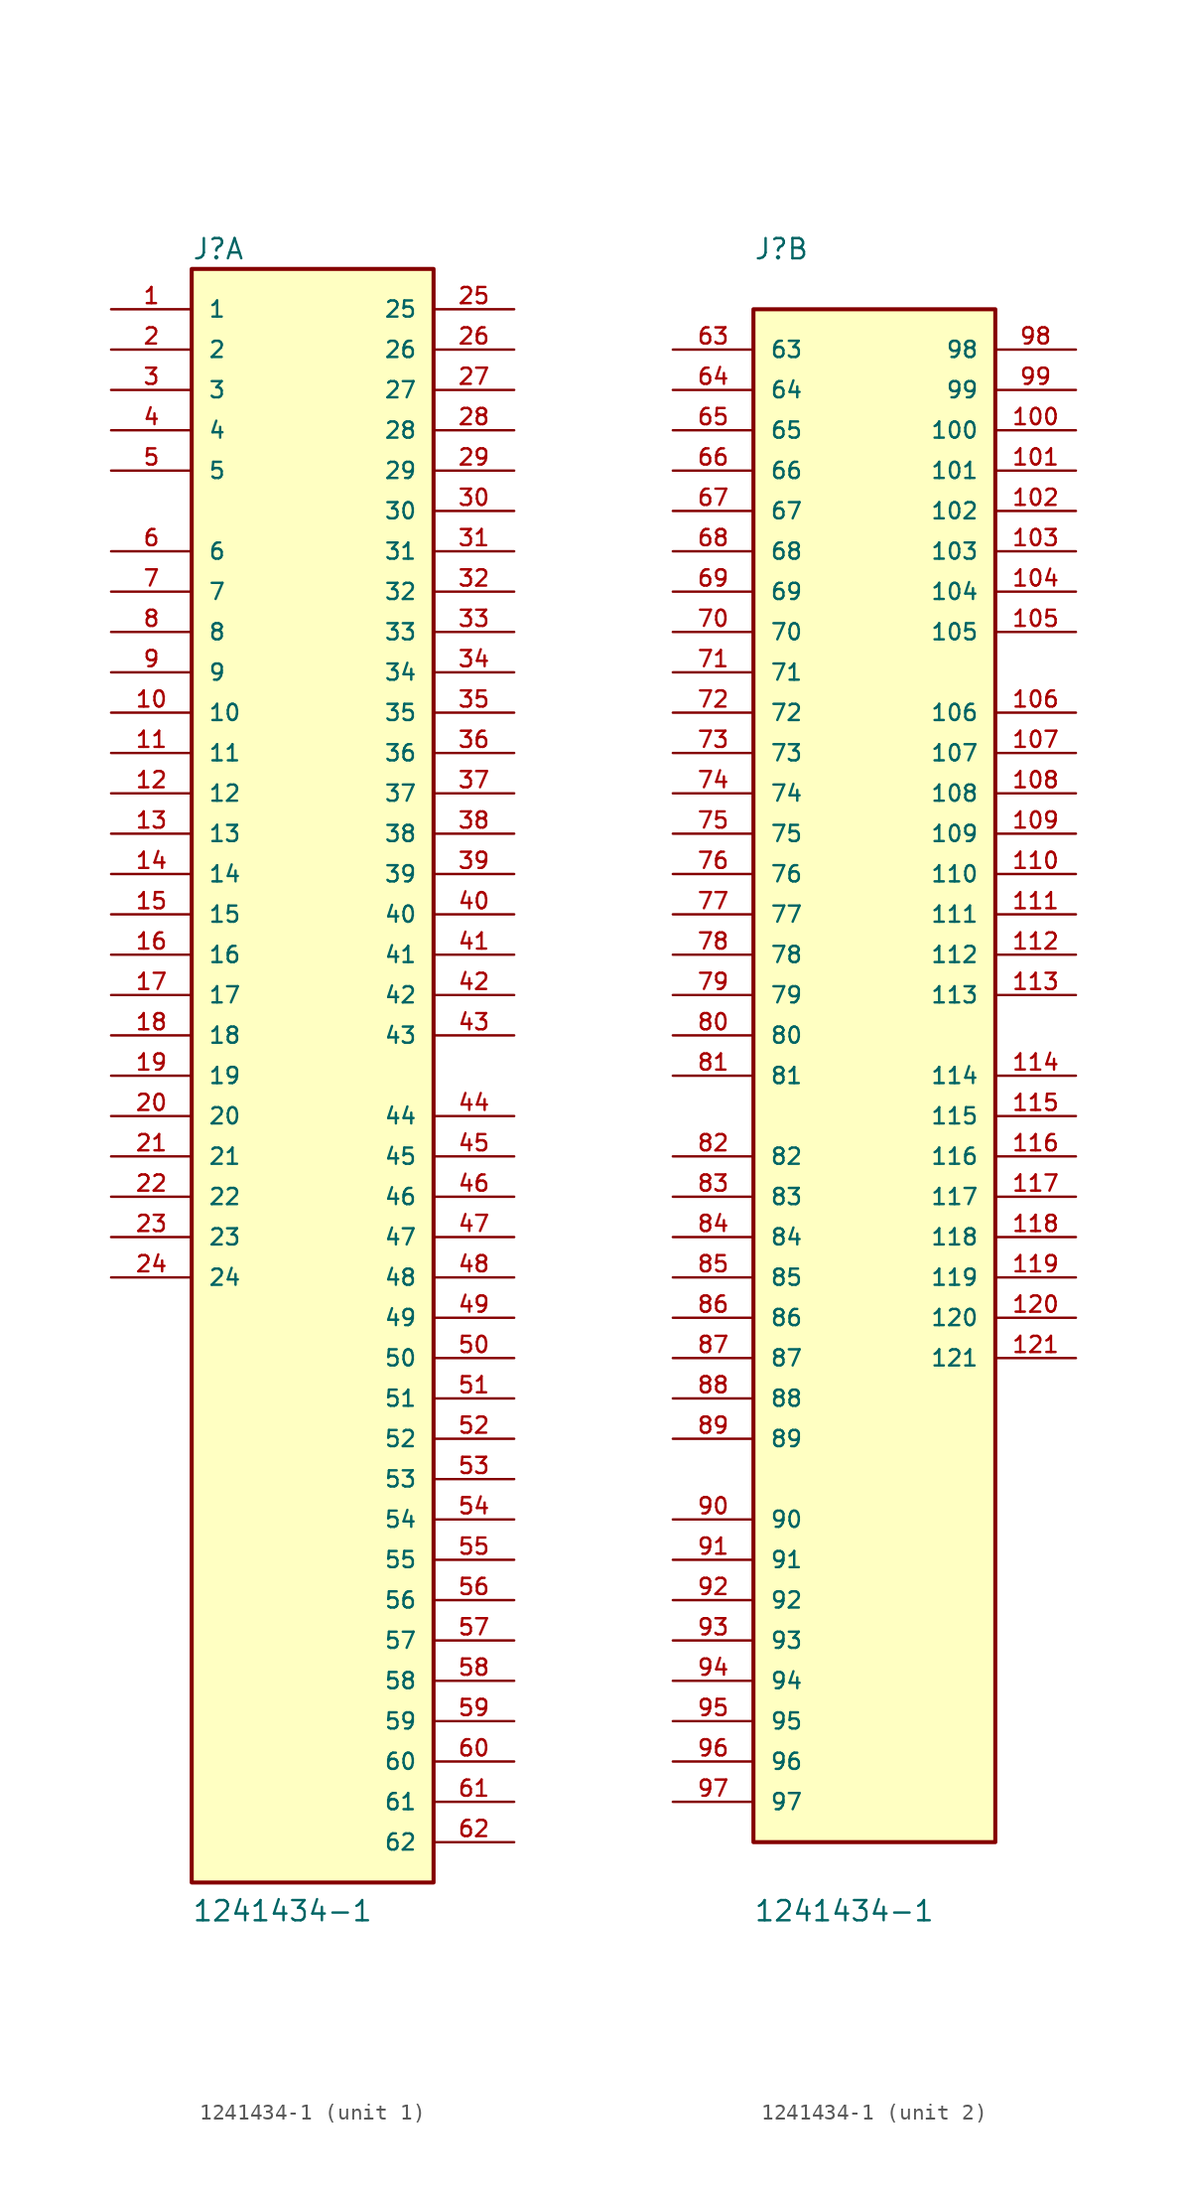
<source format=kicad_sym>
(kicad_symbol_lib
  (version 20211014)
  (generator kicad_symbol_editor)
  (symbol "1241434-1"
    (pin_names
      (offset 1.016))
    (property "Reference" "J"
      (at -7.62 51.308 0)
      (effects (font (size 1.27 1.27)) (justify bottom left)))
    (property "Value" "1241434-1"
      (at -7.62 -53.34 0)
      (effects (font (size 1.27 1.27)) (justify bottom left)))
    (symbol "1241434-1_1_0"
      (rectangle (start -7.62 -50.8) (end 7.62 50.8) (stroke (width 0.254)) (fill (type background)))
      (pin power_in line (at -12.7 48.26 0) (length 5.08) (name "1" (effects (font (size 1.016 1.016)))) (number "1" (effects (font (size 1.016 1.016)))))
      (pin power_in line (at -12.7 45.72 0) (length 5.08) (name "2" (effects (font (size 1.016 1.016)))) (number "2" (effects (font (size 1.016 1.016)))))
      (pin power_in line (at -12.7 43.18 0) (length 5.08) (name "3" (effects (font (size 1.016 1.016)))) (number "3" (effects (font (size 1.016 1.016)))))
      (pin power_in line (at -12.7 40.64 0) (length 5.08) (name "4" (effects (font (size 1.016 1.016)))) (number "4" (effects (font (size 1.016 1.016)))))
      (pin power_in line (at -12.7 38.1 0) (length 5.08) (name "5" (effects (font (size 1.016 1.016)))) (number "5" (effects (font (size 1.016 1.016)))))
      (pin passive line (at -12.7 33.02 0) (length 5.08) (name "6" (effects (font (size 1.016 1.016)))) (number "6" (effects (font (size 1.016 1.016)))))
      (pin passive line (at -12.7 30.48 0) (length 5.08) (name "7" (effects (font (size 1.016 1.016)))) (number "7" (effects (font (size 1.016 1.016)))))
      (pin passive line (at -12.7 27.94 0) (length 5.08) (name "8" (effects (font (size 1.016 1.016)))) (number "8" (effects (font (size 1.016 1.016)))))
      (pin passive line (at -12.7 25.4 0) (length 5.08) (name "9" (effects (font (size 1.016 1.016)))) (number "9" (effects (font (size 1.016 1.016)))))
      (pin passive line (at -12.7 22.86 0) (length 5.08) (name "10" (effects (font (size 1.016 1.016)))) (number "10" (effects (font (size 1.016 1.016)))))
      (pin passive line (at -12.7 20.32 0) (length 5.08) (name "11" (effects (font (size 1.016 1.016)))) (number "11" (effects (font (size 1.016 1.016)))))
      (pin passive line (at -12.7 17.78 0) (length 5.08) (name "12" (effects (font (size 1.016 1.016)))) (number "12" (effects (font (size 1.016 1.016)))))
      (pin passive line (at -12.7 15.24 0) (length 5.08) (name "13" (effects (font (size 1.016 1.016)))) (number "13" (effects (font (size 1.016 1.016)))))
      (pin passive line (at -12.7 12.7 0) (length 5.08) (name "14" (effects (font (size 1.016 1.016)))) (number "14" (effects (font (size 1.016 1.016)))))
      (pin passive line (at -12.7 10.16 0) (length 5.08) (name "15" (effects (font (size 1.016 1.016)))) (number "15" (effects (font (size 1.016 1.016)))))
      (pin passive line (at -12.7 7.62 0) (length 5.08) (name "16" (effects (font (size 1.016 1.016)))) (number "16" (effects (font (size 1.016 1.016)))))
      (pin passive line (at -12.7 5.08 0) (length 5.08) (name "17" (effects (font (size 1.016 1.016)))) (number "17" (effects (font (size 1.016 1.016)))))
      (pin passive line (at -12.7 2.54 0) (length 5.08) (name "18" (effects (font (size 1.016 1.016)))) (number "18" (effects (font (size 1.016 1.016)))))
      (pin passive line (at -12.7 0.0 0) (length 5.08) (name "19" (effects (font (size 1.016 1.016)))) (number "19" (effects (font (size 1.016 1.016)))))
      (pin passive line (at -12.7 -2.54 0) (length 5.08) (name "20" (effects (font (size 1.016 1.016)))) (number "20" (effects (font (size 1.016 1.016)))))
      (pin passive line (at -12.7 -5.08 0) (length 5.08) (name "21" (effects (font (size 1.016 1.016)))) (number "21" (effects (font (size 1.016 1.016)))))
      (pin passive line (at -12.7 -7.62 0) (length 5.08) (name "22" (effects (font (size 1.016 1.016)))) (number "22" (effects (font (size 1.016 1.016)))))
      (pin passive line (at -12.7 -10.16 0) (length 5.08) (name "23" (effects (font (size 1.016 1.016)))) (number "23" (effects (font (size 1.016 1.016)))))
      (pin passive line (at -12.7 -12.7 0) (length 5.08) (name "24" (effects (font (size 1.016 1.016)))) (number "24" (effects (font (size 1.016 1.016)))))
      (pin passive line (at 12.7 48.26 180.0) (length 5.08) (name "25" (effects (font (size 1.016 1.016)))) (number "25" (effects (font (size 1.016 1.016)))))
      (pin passive line (at 12.7 45.72 180.0) (length 5.08) (name "26" (effects (font (size 1.016 1.016)))) (number "26" (effects (font (size 1.016 1.016)))))
      (pin passive line (at 12.7 43.18 180.0) (length 5.08) (name "27" (effects (font (size 1.016 1.016)))) (number "27" (effects (font (size 1.016 1.016)))))
      (pin passive line (at 12.7 40.64 180.0) (length 5.08) (name "28" (effects (font (size 1.016 1.016)))) (number "28" (effects (font (size 1.016 1.016)))))
      (pin passive line (at 12.7 38.1 180.0) (length 5.08) (name "29" (effects (font (size 1.016 1.016)))) (number "29" (effects (font (size 1.016 1.016)))))
      (pin passive line (at 12.7 35.56 180.0) (length 5.08) (name "30" (effects (font (size 1.016 1.016)))) (number "30" (effects (font (size 1.016 1.016)))))
      (pin passive line (at 12.7 33.02 180.0) (length 5.08) (name "31" (effects (font (size 1.016 1.016)))) (number "31" (effects (font (size 1.016 1.016)))))
      (pin passive line (at 12.7 30.48 180.0) (length 5.08) (name "32" (effects (font (size 1.016 1.016)))) (number "32" (effects (font (size 1.016 1.016)))))
      (pin passive line (at 12.7 27.94 180.0) (length 5.08) (name "33" (effects (font (size 1.016 1.016)))) (number "33" (effects (font (size 1.016 1.016)))))
      (pin passive line (at 12.7 25.4 180.0) (length 5.08) (name "34" (effects (font (size 1.016 1.016)))) (number "34" (effects (font (size 1.016 1.016)))))
      (pin passive line (at 12.7 22.86 180.0) (length 5.08) (name "35" (effects (font (size 1.016 1.016)))) (number "35" (effects (font (size 1.016 1.016)))))
      (pin passive line (at 12.7 20.32 180.0) (length 5.08) (name "36" (effects (font (size 1.016 1.016)))) (number "36" (effects (font (size 1.016 1.016)))))
      (pin passive line (at 12.7 17.78 180.0) (length 5.08) (name "37" (effects (font (size 1.016 1.016)))) (number "37" (effects (font (size 1.016 1.016)))))
      (pin passive line (at 12.7 15.24 180.0) (length 5.08) (name "38" (effects (font (size 1.016 1.016)))) (number "38" (effects (font (size 1.016 1.016)))))
      (pin passive line (at 12.7 12.7 180.0) (length 5.08) (name "39" (effects (font (size 1.016 1.016)))) (number "39" (effects (font (size 1.016 1.016)))))
      (pin passive line (at 12.7 10.16 180.0) (length 5.08) (name "40" (effects (font (size 1.016 1.016)))) (number "40" (effects (font (size 1.016 1.016)))))
      (pin passive line (at 12.7 7.62 180.0) (length 5.08) (name "41" (effects (font (size 1.016 1.016)))) (number "41" (effects (font (size 1.016 1.016)))))
      (pin passive line (at 12.7 5.08 180.0) (length 5.08) (name "42" (effects (font (size 1.016 1.016)))) (number "42" (effects (font (size 1.016 1.016)))))
      (pin passive line (at 12.7 2.54 180.0) (length 5.08) (name "43" (effects (font (size 1.016 1.016)))) (number "43" (effects (font (size 1.016 1.016)))))
      (pin passive line (at 12.7 -2.54 180.0) (length 5.08) (name "44" (effects (font (size 1.016 1.016)))) (number "44" (effects (font (size 1.016 1.016)))))
      (pin passive line (at 12.7 -5.08 180.0) (length 5.08) (name "45" (effects (font (size 1.016 1.016)))) (number "45" (effects (font (size 1.016 1.016)))))
      (pin passive line (at 12.7 -7.62 180.0) (length 5.08) (name "46" (effects (font (size 1.016 1.016)))) (number "46" (effects (font (size 1.016 1.016)))))
      (pin passive line (at 12.7 -10.16 180.0) (length 5.08) (name "47" (effects (font (size 1.016 1.016)))) (number "47" (effects (font (size 1.016 1.016)))))
      (pin passive line (at 12.7 -12.7 180.0) (length 5.08) (name "48" (effects (font (size 1.016 1.016)))) (number "48" (effects (font (size 1.016 1.016)))))
      (pin passive line (at 12.7 -15.24 180.0) (length 5.08) (name "49" (effects (font (size 1.016 1.016)))) (number "49" (effects (font (size 1.016 1.016)))))
      (pin passive line (at 12.7 -17.78 180.0) (length 5.08) (name "50" (effects (font (size 1.016 1.016)))) (number "50" (effects (font (size 1.016 1.016)))))
      (pin passive line (at 12.7 -20.32 180.0) (length 5.08) (name "51" (effects (font (size 1.016 1.016)))) (number "51" (effects (font (size 1.016 1.016)))))
      (pin passive line (at 12.7 -22.86 180.0) (length 5.08) (name "52" (effects (font (size 1.016 1.016)))) (number "52" (effects (font (size 1.016 1.016)))))
      (pin passive line (at 12.7 -25.4 180.0) (length 5.08) (name "53" (effects (font (size 1.016 1.016)))) (number "53" (effects (font (size 1.016 1.016)))))
      (pin passive line (at 12.7 -27.94 180.0) (length 5.08) (name "54" (effects (font (size 1.016 1.016)))) (number "54" (effects (font (size 1.016 1.016)))))
      (pin passive line (at 12.7 -30.48 180.0) (length 5.08) (name "55" (effects (font (size 1.016 1.016)))) (number "55" (effects (font (size 1.016 1.016)))))
      (pin passive line (at 12.7 -33.02 180.0) (length 5.08) (name "56" (effects (font (size 1.016 1.016)))) (number "56" (effects (font (size 1.016 1.016)))))
      (pin passive line (at 12.7 -35.56 180.0) (length 5.08) (name "57" (effects (font (size 1.016 1.016)))) (number "57" (effects (font (size 1.016 1.016)))))
      (pin passive line (at 12.7 -38.1 180.0) (length 5.08) (name "58" (effects (font (size 1.016 1.016)))) (number "58" (effects (font (size 1.016 1.016)))))
      (pin passive line (at 12.7 -40.64 180.0) (length 5.08) (name "59" (effects (font (size 1.016 1.016)))) (number "59" (effects (font (size 1.016 1.016)))))
      (pin passive line (at 12.7 -43.18 180.0) (length 5.08) (name "60" (effects (font (size 1.016 1.016)))) (number "60" (effects (font (size 1.016 1.016)))))
      (pin passive line (at 12.7 -45.72 180.0) (length 5.08) (name "61" (effects (font (size 1.016 1.016)))) (number "61" (effects (font (size 1.016 1.016)))))
      (pin passive line (at 12.7 -48.26 180.0) (length 5.08) (name "62" (effects (font (size 1.016 1.016)))) (number "62" (effects (font (size 1.016 1.016))))))
    (symbol "1241434-1_2_0"
      (rectangle (start -7.62 -48.26) (end 7.62 48.26) (stroke (width 0.254)) (fill (type background)))
      (pin passive line (at -12.7 45.72 0) (length 5.08) (name "63" (effects (font (size 1.016 1.016)))) (number "63" (effects (font (size 1.016 1.016)))))
      (pin passive line (at -12.7 43.18 0) (length 5.08) (name "64" (effects (font (size 1.016 1.016)))) (number "64" (effects (font (size 1.016 1.016)))))
      (pin passive line (at -12.7 40.64 0) (length 5.08) (name "65" (effects (font (size 1.016 1.016)))) (number "65" (effects (font (size 1.016 1.016)))))
      (pin passive line (at -12.7 38.1 0) (length 5.08) (name "66" (effects (font (size 1.016 1.016)))) (number "66" (effects (font (size 1.016 1.016)))))
      (pin passive line (at -12.7 35.56 0) (length 5.08) (name "67" (effects (font (size 1.016 1.016)))) (number "67" (effects (font (size 1.016 1.016)))))
      (pin passive line (at -12.7 33.02 0) (length 5.08) (name "68" (effects (font (size 1.016 1.016)))) (number "68" (effects (font (size 1.016 1.016)))))
      (pin passive line (at -12.7 30.48 0) (length 5.08) (name "69" (effects (font (size 1.016 1.016)))) (number "69" (effects (font (size 1.016 1.016)))))
      (pin passive line (at -12.7 27.94 0) (length 5.08) (name "70" (effects (font (size 1.016 1.016)))) (number "70" (effects (font (size 1.016 1.016)))))
      (pin passive line (at -12.7 25.4 0) (length 5.08) (name "71" (effects (font (size 1.016 1.016)))) (number "71" (effects (font (size 1.016 1.016)))))
      (pin passive line (at -12.7 22.86 0) (length 5.08) (name "72" (effects (font (size 1.016 1.016)))) (number "72" (effects (font (size 1.016 1.016)))))
      (pin passive line (at -12.7 20.32 0) (length 5.08) (name "73" (effects (font (size 1.016 1.016)))) (number "73" (effects (font (size 1.016 1.016)))))
      (pin passive line (at -12.7 17.78 0) (length 5.08) (name "74" (effects (font (size 1.016 1.016)))) (number "74" (effects (font (size 1.016 1.016)))))
      (pin passive line (at -12.7 15.24 0) (length 5.08) (name "75" (effects (font (size 1.016 1.016)))) (number "75" (effects (font (size 1.016 1.016)))))
      (pin passive line (at -12.7 12.7 0) (length 5.08) (name "76" (effects (font (size 1.016 1.016)))) (number "76" (effects (font (size 1.016 1.016)))))
      (pin passive line (at -12.7 10.16 0) (length 5.08) (name "77" (effects (font (size 1.016 1.016)))) (number "77" (effects (font (size 1.016 1.016)))))
      (pin passive line (at -12.7 7.62 0) (length 5.08) (name "78" (effects (font (size 1.016 1.016)))) (number "78" (effects (font (size 1.016 1.016)))))
      (pin passive line (at -12.7 5.08 0) (length 5.08) (name "79" (effects (font (size 1.016 1.016)))) (number "79" (effects (font (size 1.016 1.016)))))
      (pin passive line (at -12.7 2.54 0) (length 5.08) (name "80" (effects (font (size 1.016 1.016)))) (number "80" (effects (font (size 1.016 1.016)))))
      (pin passive line (at -12.7 0.0 0) (length 5.08) (name "81" (effects (font (size 1.016 1.016)))) (number "81" (effects (font (size 1.016 1.016)))))
      (pin passive line (at -12.7 -5.08 0) (length 5.08) (name "82" (effects (font (size 1.016 1.016)))) (number "82" (effects (font (size 1.016 1.016)))))
      (pin passive line (at -12.7 -7.62 0) (length 5.08) (name "83" (effects (font (size 1.016 1.016)))) (number "83" (effects (font (size 1.016 1.016)))))
      (pin passive line (at -12.7 -10.16 0) (length 5.08) (name "84" (effects (font (size 1.016 1.016)))) (number "84" (effects (font (size 1.016 1.016)))))
      (pin passive line (at -12.7 -12.7 0) (length 5.08) (name "85" (effects (font (size 1.016 1.016)))) (number "85" (effects (font (size 1.016 1.016)))))
      (pin passive line (at -12.7 -15.24 0) (length 5.08) (name "86" (effects (font (size 1.016 1.016)))) (number "86" (effects (font (size 1.016 1.016)))))
      (pin passive line (at -12.7 -17.78 0) (length 5.08) (name "87" (effects (font (size 1.016 1.016)))) (number "87" (effects (font (size 1.016 1.016)))))
      (pin passive line (at -12.7 -20.32 0) (length 5.08) (name "88" (effects (font (size 1.016 1.016)))) (number "88" (effects (font (size 1.016 1.016)))))
      (pin passive line (at -12.7 -22.86 0) (length 5.08) (name "89" (effects (font (size 1.016 1.016)))) (number "89" (effects (font (size 1.016 1.016)))))
      (pin passive line (at -12.7 -27.94 0) (length 5.08) (name "90" (effects (font (size 1.016 1.016)))) (number "90" (effects (font (size 1.016 1.016)))))
      (pin passive line (at -12.7 -30.48 0) (length 5.08) (name "91" (effects (font (size 1.016 1.016)))) (number "91" (effects (font (size 1.016 1.016)))))
      (pin passive line (at -12.7 -33.02 0) (length 5.08) (name "92" (effects (font (size 1.016 1.016)))) (number "92" (effects (font (size 1.016 1.016)))))
      (pin passive line (at -12.7 -35.56 0) (length 5.08) (name "93" (effects (font (size 1.016 1.016)))) (number "93" (effects (font (size 1.016 1.016)))))
      (pin passive line (at -12.7 -38.1 0) (length 5.08) (name "94" (effects (font (size 1.016 1.016)))) (number "94" (effects (font (size 1.016 1.016)))))
      (pin passive line (at -12.7 -40.64 0) (length 5.08) (name "95" (effects (font (size 1.016 1.016)))) (number "95" (effects (font (size 1.016 1.016)))))
      (pin passive line (at -12.7 -43.18 0) (length 5.08) (name "96" (effects (font (size 1.016 1.016)))) (number "96" (effects (font (size 1.016 1.016)))))
      (pin passive line (at -12.7 -45.72 0) (length 5.08) (name "97" (effects (font (size 1.016 1.016)))) (number "97" (effects (font (size 1.016 1.016)))))
      (pin passive line (at 12.7 45.72 180.0) (length 5.08) (name "98" (effects (font (size 1.016 1.016)))) (number "98" (effects (font (size 1.016 1.016)))))
      (pin passive line (at 12.7 43.18 180.0) (length 5.08) (name "99" (effects (font (size 1.016 1.016)))) (number "99" (effects (font (size 1.016 1.016)))))
      (pin passive line (at 12.7 40.64 180.0) (length 5.08) (name "100" (effects (font (size 1.016 1.016)))) (number "100" (effects (font (size 1.016 1.016)))))
      (pin passive line (at 12.7 38.1 180.0) (length 5.08) (name "101" (effects (font (size 1.016 1.016)))) (number "101" (effects (font (size 1.016 1.016)))))
      (pin passive line (at 12.7 35.56 180.0) (length 5.08) (name "102" (effects (font (size 1.016 1.016)))) (number "102" (effects (font (size 1.016 1.016)))))
      (pin passive line (at 12.7 33.02 180.0) (length 5.08) (name "103" (effects (font (size 1.016 1.016)))) (number "103" (effects (font (size 1.016 1.016)))))
      (pin passive line (at 12.7 30.48 180.0) (length 5.08) (name "104" (effects (font (size 1.016 1.016)))) (number "104" (effects (font (size 1.016 1.016)))))
      (pin passive line (at 12.7 27.94 180.0) (length 5.08) (name "105" (effects (font (size 1.016 1.016)))) (number "105" (effects (font (size 1.016 1.016)))))
      (pin passive line (at 12.7 22.86 180.0) (length 5.08) (name "106" (effects (font (size 1.016 1.016)))) (number "106" (effects (font (size 1.016 1.016)))))
      (pin passive line (at 12.7 20.32 180.0) (length 5.08) (name "107" (effects (font (size 1.016 1.016)))) (number "107" (effects (font (size 1.016 1.016)))))
      (pin passive line (at 12.7 17.78 180.0) (length 5.08) (name "108" (effects (font (size 1.016 1.016)))) (number "108" (effects (font (size 1.016 1.016)))))
      (pin passive line (at 12.7 15.24 180.0) (length 5.08) (name "109" (effects (font (size 1.016 1.016)))) (number "109" (effects (font (size 1.016 1.016)))))
      (pin passive line (at 12.7 12.7 180.0) (length 5.08) (name "110" (effects (font (size 1.016 1.016)))) (number "110" (effects (font (size 1.016 1.016)))))
      (pin passive line (at 12.7 10.16 180.0) (length 5.08) (name "111" (effects (font (size 1.016 1.016)))) (number "111" (effects (font (size 1.016 1.016)))))
      (pin passive line (at 12.7 7.62 180.0) (length 5.08) (name "112" (effects (font (size 1.016 1.016)))) (number "112" (effects (font (size 1.016 1.016)))))
      (pin passive line (at 12.7 5.08 180.0) (length 5.08) (name "113" (effects (font (size 1.016 1.016)))) (number "113" (effects (font (size 1.016 1.016)))))
      (pin power_in line (at 12.7 0.0 180.0) (length 5.08) (name "114" (effects (font (size 1.016 1.016)))) (number "114" (effects (font (size 1.016 1.016)))))
      (pin power_in line (at 12.7 -2.54 180.0) (length 5.08) (name "115" (effects (font (size 1.016 1.016)))) (number "115" (effects (font (size 1.016 1.016)))))
      (pin power_in line (at 12.7 -5.08 180.0) (length 5.08) (name "116" (effects (font (size 1.016 1.016)))) (number "116" (effects (font (size 1.016 1.016)))))
      (pin power_in line (at 12.7 -7.62 180.0) (length 5.08) (name "117" (effects (font (size 1.016 1.016)))) (number "117" (effects (font (size 1.016 1.016)))))
      (pin power_in line (at 12.7 -10.16 180.0) (length 5.08) (name "118" (effects (font (size 1.016 1.016)))) (number "118" (effects (font (size 1.016 1.016)))))
      (pin power_in line (at 12.7 -12.7 180.0) (length 5.08) (name "119" (effects (font (size 1.016 1.016)))) (number "119" (effects (font (size 1.016 1.016)))))
      (pin power_in line (at 12.7 -15.24 180.0) (length 5.08) (name "120" (effects (font (size 1.016 1.016)))) (number "120" (effects (font (size 1.016 1.016)))))
      (pin power_in line (at 12.7 -17.78 180.0) (length 5.08) (name "121" (effects (font (size 1.016 1.016)))) (number "121" (effects (font (size 1.016 1.016))))))))
</source>
